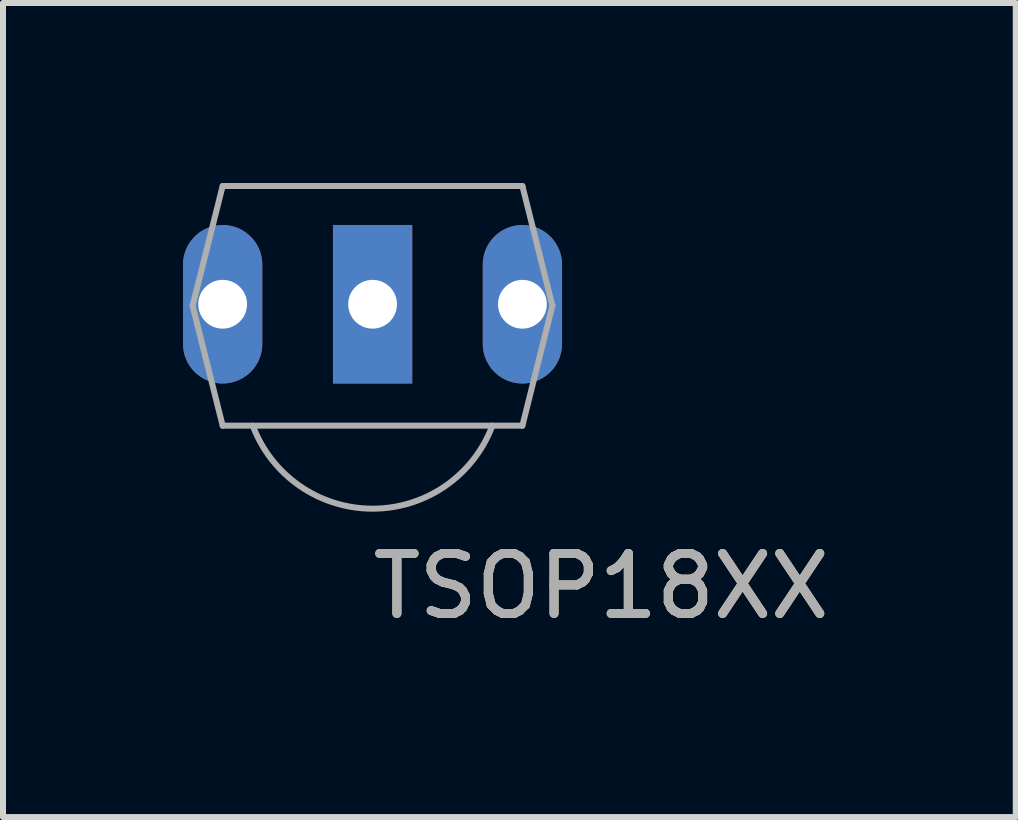
<source format=kicad_pcb>
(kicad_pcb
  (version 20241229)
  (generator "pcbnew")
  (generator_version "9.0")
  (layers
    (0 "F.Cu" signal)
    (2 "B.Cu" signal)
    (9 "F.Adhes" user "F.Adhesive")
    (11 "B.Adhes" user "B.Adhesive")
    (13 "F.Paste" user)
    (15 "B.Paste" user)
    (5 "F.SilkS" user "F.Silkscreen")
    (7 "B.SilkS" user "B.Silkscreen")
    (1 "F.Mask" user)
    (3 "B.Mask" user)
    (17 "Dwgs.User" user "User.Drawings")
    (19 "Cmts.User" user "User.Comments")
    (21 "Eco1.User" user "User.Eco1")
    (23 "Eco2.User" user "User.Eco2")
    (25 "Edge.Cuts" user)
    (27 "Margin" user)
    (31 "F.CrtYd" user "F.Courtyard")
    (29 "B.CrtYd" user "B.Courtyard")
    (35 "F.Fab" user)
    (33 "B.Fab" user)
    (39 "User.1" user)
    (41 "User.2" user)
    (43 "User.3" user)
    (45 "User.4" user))
  (footprint "TSOP18XX"
    (layer "F.Cu")
    (at 3.16 2.021)
    (property "Reference" "TSOP18XX" (at 3.81 4.699 0) (layer "F.SilkS") (effects (font (size 1 1) (thickness 0.15))))
    (attr through_hole)
    (fp_line (start -3 0.025) (end -2.499 -1.971) (stroke (width 0.1) (type solid)) (layer "F.Fab"))
    (fp_line (start -2.499 -1.971) (end 2.497 -1.971) (stroke (width 0.1) (type solid)) (layer "F.Fab"))
    (fp_line (start -2.499 2.024) (end -3 0.025) (stroke (width 0.1) (type solid)) (layer "F.Fab"))
    (fp_line (start -1.999 2.024) (end -2.499 2.024) (stroke (width 0.1) (type solid)) (layer "F.Fab"))
    (fp_line (start 1.996 2.024) (end -1.999 2.024) (stroke (width 0.1) (type solid)) (layer "F.Fab"))
    (fp_line (start 2.497 -1.971) (end 2.997 0.025) (stroke (width 0.1) (type solid)) (layer "F.Fab"))
    (fp_line (start 2.497 2.024) (end 1.996 2.024) (stroke (width 0.1) (type solid)) (layer "F.Fab"))
    (fp_line (start 2.997 0.025) (end 2.497 2.024) (stroke (width 0.1) (type solid)) (layer "F.Fab"))
    (fp_arc (start 1.99644 2.02438) (mid 0.001041 3.407502) (end -1.995707 2.026329) (stroke (width 0.1) (type solid)) (layer "F.Fab"))
    (fp_text user "${REFERENCE}" (at 3.81 4.699 0) (layer "F.Fab") (effects (font (size 1 1) (thickness 0.15))))
    (pad "1" thru_hole rect (at 0 0) (size 1.321 2.642) (drill 0.813) (layers "*.Cu" "*.Mask"))
    (pad "2" thru_hole oval (at -2.499 0) (size 1.321 2.642) (drill 0.813) (layers "*.Cu" "*.Mask"))
    (pad "3" thru_hole oval (at 2.497 0) (size 1.321 2.642) (drill 0.813) (layers "*.Cu" "*.Mask")))
  (gr_rect
    (start -3 -3)
    (end 13.88 10.568)
    (stroke (width 0.1) (type default))
    (fill no)
    (layer "Edge.Cuts")))
</source>
